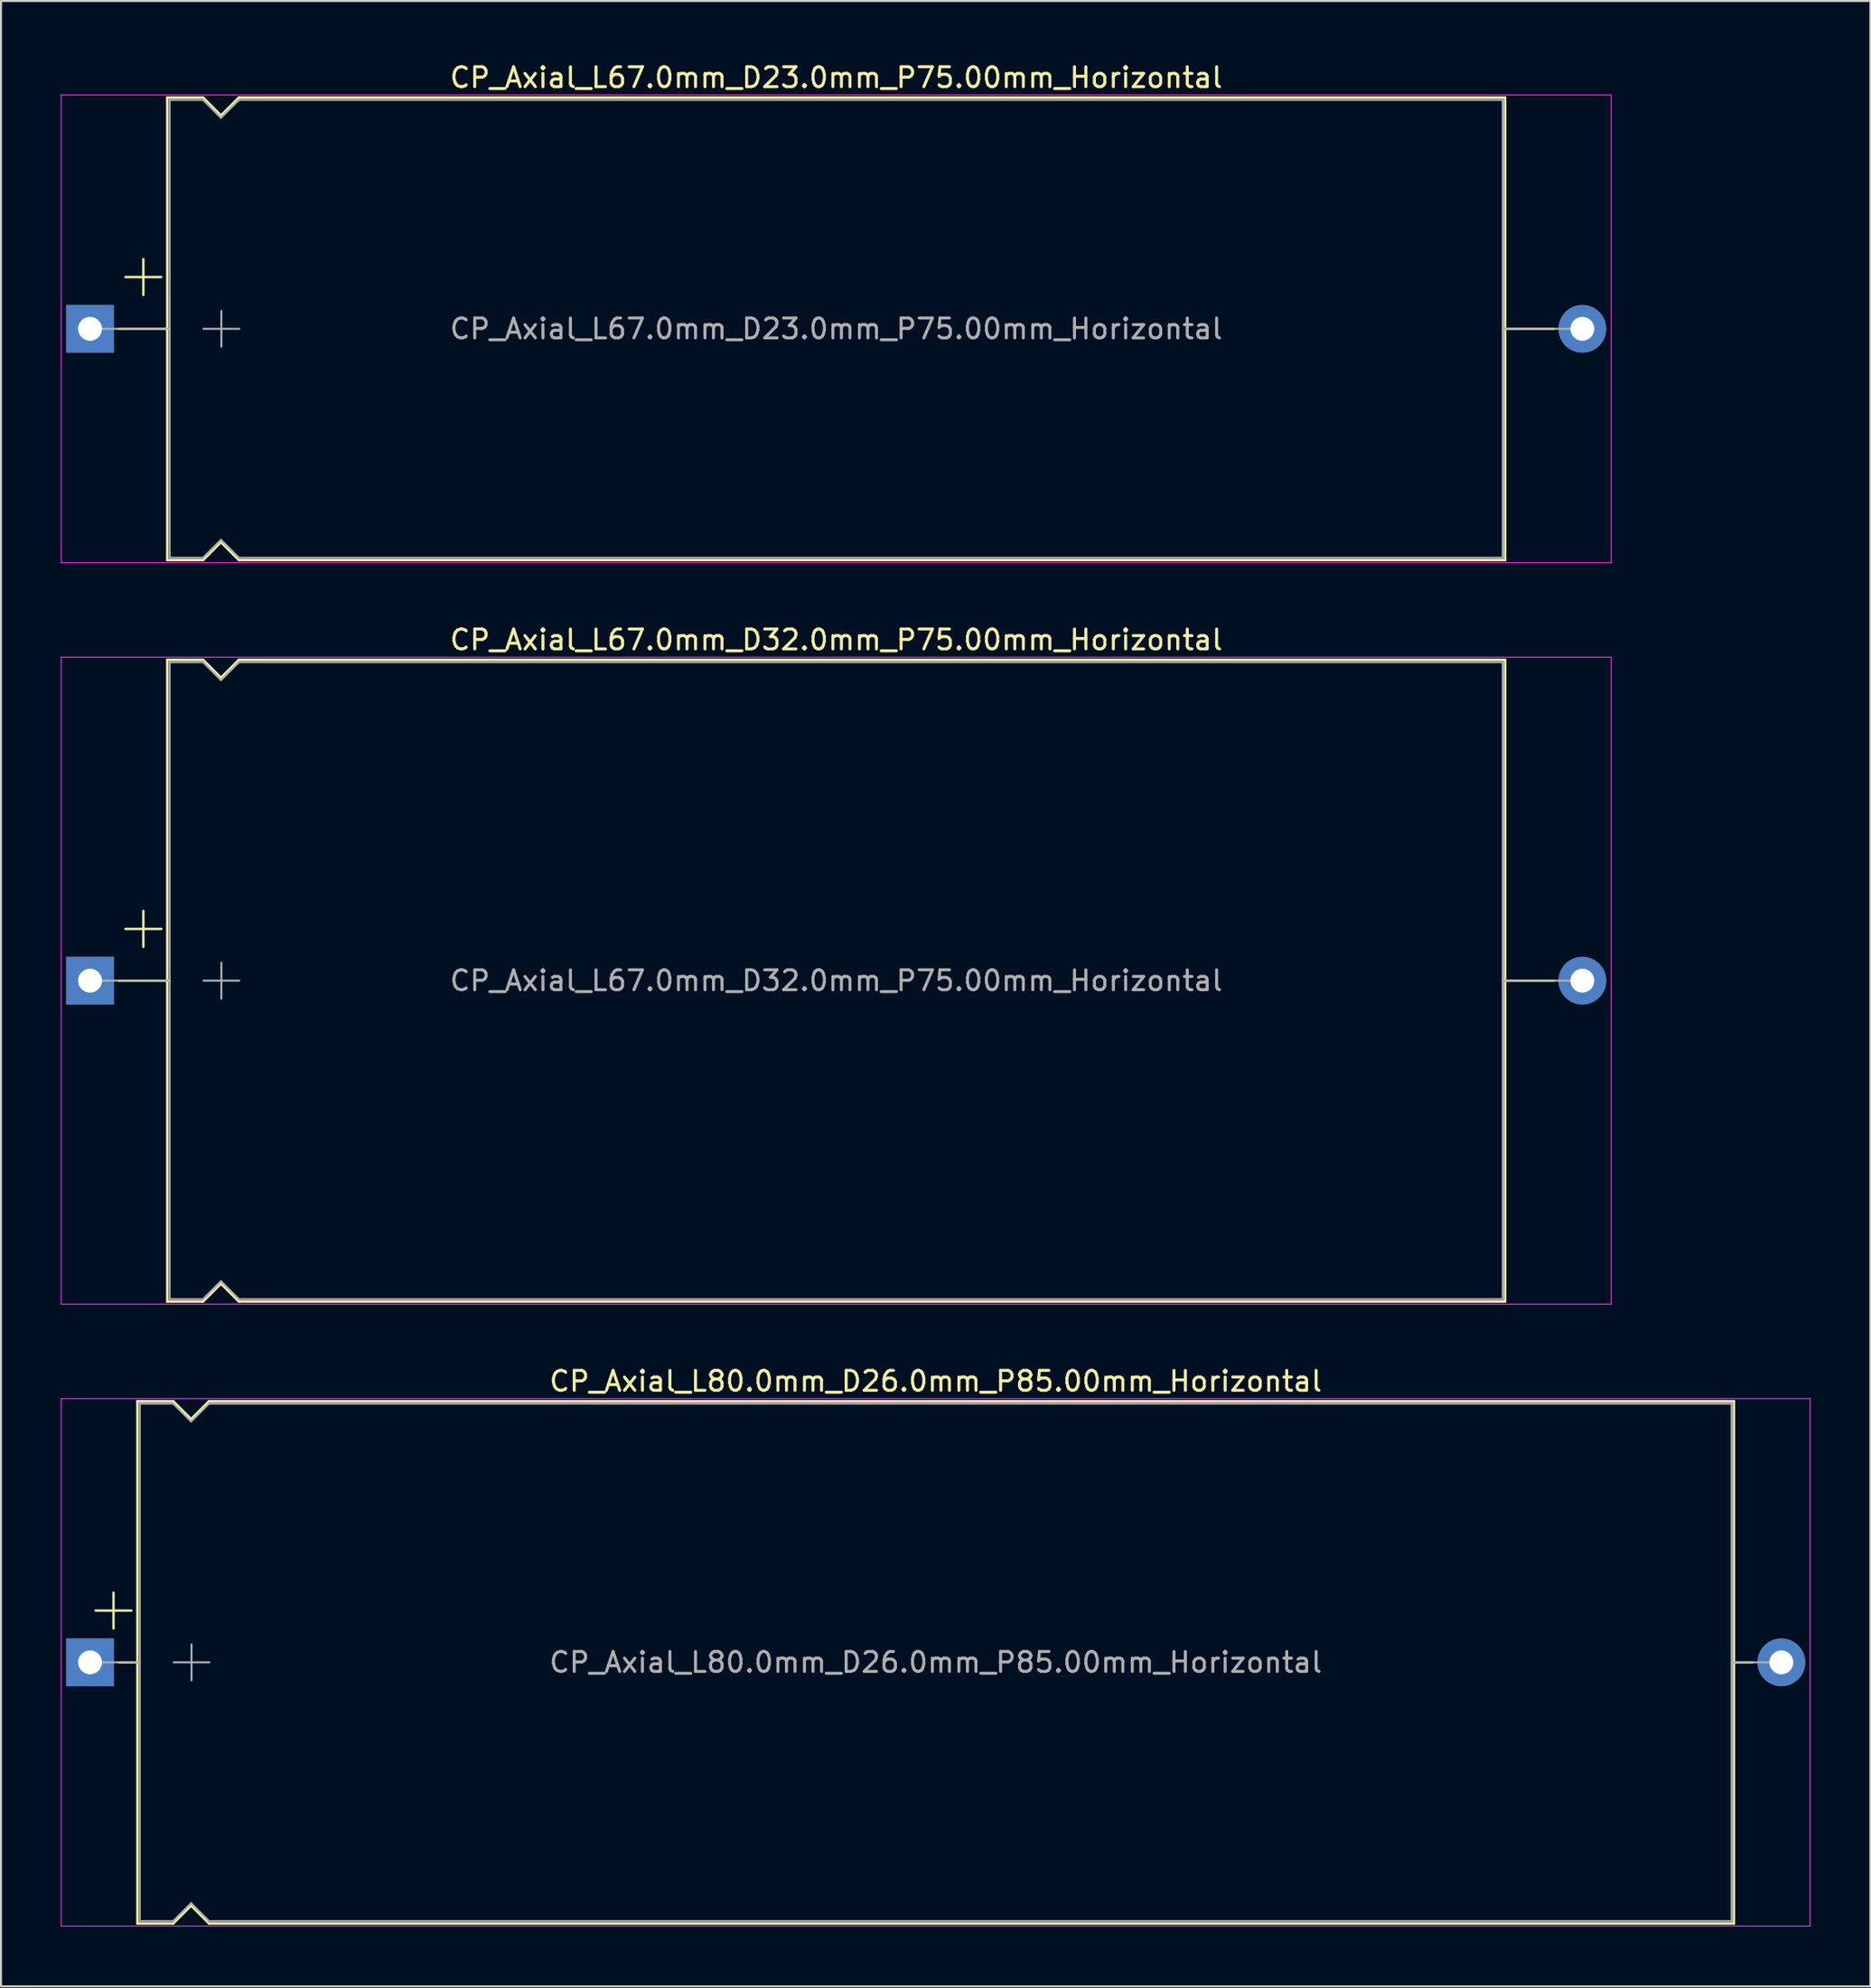
<source format=kicad_pcb>
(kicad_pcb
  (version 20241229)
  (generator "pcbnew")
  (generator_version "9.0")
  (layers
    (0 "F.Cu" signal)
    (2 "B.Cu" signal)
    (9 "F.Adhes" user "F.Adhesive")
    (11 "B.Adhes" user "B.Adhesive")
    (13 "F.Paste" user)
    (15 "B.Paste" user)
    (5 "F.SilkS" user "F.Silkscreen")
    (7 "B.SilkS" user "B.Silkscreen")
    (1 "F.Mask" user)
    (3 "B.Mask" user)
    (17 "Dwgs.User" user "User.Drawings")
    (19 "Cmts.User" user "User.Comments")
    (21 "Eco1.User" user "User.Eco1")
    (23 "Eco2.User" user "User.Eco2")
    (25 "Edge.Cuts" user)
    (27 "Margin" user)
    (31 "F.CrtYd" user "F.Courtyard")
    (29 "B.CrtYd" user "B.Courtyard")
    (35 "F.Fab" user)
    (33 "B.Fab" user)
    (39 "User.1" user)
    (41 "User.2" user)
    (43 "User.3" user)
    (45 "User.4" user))
  (footprint "CP_Axial_L67.0mm_D23.0mm_P75.00mm_Horizontal"
    (layer "F.Cu")
    (at 1.475 13.468)
    (property "Reference" "CP_Axial_L67.0mm_D23.0mm_P75.00mm_Horizontal" (at 37.5 -12.62 0) (layer "F.SilkS") (effects (font (size 1 1) (thickness 0.15))))
    (attr through_hole)
    (fp_line (start 1.44 0) (end 3.88 0) (stroke (width 0.12) (type solid)) (layer "F.SilkS"))
    (fp_line (start 1.78 -2.6) (end 3.58 -2.6) (stroke (width 0.12) (type solid)) (layer "F.SilkS"))
    (fp_line (start 2.68 -3.5) (end 2.68 -1.7) (stroke (width 0.12) (type solid)) (layer "F.SilkS"))
    (fp_line (start 3.88 -11.62) (end 3.88 11.62) (stroke (width 0.12) (type solid)) (layer "F.SilkS"))
    (fp_line (start 3.88 -11.62) (end 5.68 -11.62) (stroke (width 0.12) (type solid)) (layer "F.SilkS"))
    (fp_line (start 3.88 11.62) (end 5.68 11.62) (stroke (width 0.12) (type solid)) (layer "F.SilkS"))
    (fp_line (start 5.68 -11.62) (end 6.58 -10.72) (stroke (width 0.12) (type solid)) (layer "F.SilkS"))
    (fp_line (start 5.68 11.62) (end 6.58 10.72) (stroke (width 0.12) (type solid)) (layer "F.SilkS"))
    (fp_line (start 6.58 -10.72) (end 7.48 -11.62) (stroke (width 0.12) (type solid)) (layer "F.SilkS"))
    (fp_line (start 6.58 10.72) (end 7.48 11.62) (stroke (width 0.12) (type solid)) (layer "F.SilkS"))
    (fp_line (start 7.48 -11.62) (end 71.12 -11.62) (stroke (width 0.12) (type solid)) (layer "F.SilkS"))
    (fp_line (start 7.48 11.62) (end 71.12 11.62) (stroke (width 0.12) (type solid)) (layer "F.SilkS"))
    (fp_line (start 71.12 -11.62) (end 71.12 11.62) (stroke (width 0.12) (type solid)) (layer "F.SilkS"))
    (fp_line (start 73.56 0) (end 71.12 0) (stroke (width 0.12) (type solid)) (layer "F.SilkS"))
    (fp_line (start -1.45 -11.75) (end -1.45 11.75) (stroke (width 0.05) (type solid)) (layer "F.CrtYd"))
    (fp_line (start -1.45 11.75) (end 76.45 11.75) (stroke (width 0.05) (type solid)) (layer "F.CrtYd"))
    (fp_line (start 76.45 -11.75) (end -1.45 -11.75) (stroke (width 0.05) (type solid)) (layer "F.CrtYd"))
    (fp_line (start 76.45 11.75) (end 76.45 -11.75) (stroke (width 0.05) (type solid)) (layer "F.CrtYd"))
    (fp_line (start 0 0) (end 4 0) (stroke (width 0.1) (type solid)) (layer "F.Fab"))
    (fp_line (start 4 -11.5) (end 4 11.5) (stroke (width 0.1) (type solid)) (layer "F.Fab"))
    (fp_line (start 4 -11.5) (end 5.68 -11.5) (stroke (width 0.1) (type solid)) (layer "F.Fab"))
    (fp_line (start 4 11.5) (end 5.68 11.5) (stroke (width 0.1) (type solid)) (layer "F.Fab"))
    (fp_line (start 5.68 -11.5) (end 6.58 -10.6) (stroke (width 0.1) (type solid)) (layer "F.Fab"))
    (fp_line (start 5.68 11.5) (end 6.58 10.6) (stroke (width 0.1) (type solid)) (layer "F.Fab"))
    (fp_line (start 5.7 0) (end 7.5 0) (stroke (width 0.1) (type solid)) (layer "F.Fab"))
    (fp_line (start 6.58 -10.6) (end 7.48 -11.5) (stroke (width 0.1) (type solid)) (layer "F.Fab"))
    (fp_line (start 6.58 10.6) (end 7.48 11.5) (stroke (width 0.1) (type solid)) (layer "F.Fab"))
    (fp_line (start 6.6 -0.9) (end 6.6 0.9) (stroke (width 0.1) (type solid)) (layer "F.Fab"))
    (fp_line (start 7.48 -11.5) (end 71 -11.5) (stroke (width 0.1) (type solid)) (layer "F.Fab"))
    (fp_line (start 7.48 11.5) (end 71 11.5) (stroke (width 0.1) (type solid)) (layer "F.Fab"))
    (fp_line (start 71 -11.5) (end 71 11.5) (stroke (width 0.1) (type solid)) (layer "F.Fab"))
    (fp_line (start 75 0) (end 71 0) (stroke (width 0.1) (type solid)) (layer "F.Fab"))
    (fp_text user "${REFERENCE}" (at 37.5 0 0) (layer "F.Fab") (effects (font (size 1 1) (thickness 0.15))))
    (pad "1" thru_hole rect (at 0 0) (size 2.4 2.4) (drill 1.2) (layers "*.Cu" "*.Mask"))
    (pad "2" thru_hole oval (at 75 0) (size 2.4 2.4) (drill 1.2) (layers "*.Cu" "*.Mask")))
  (footprint "CP_Axial_L67.0mm_D32.0mm_P75.00mm_Horizontal"
    (layer "F.Cu")
    (at 1.475 46.212)
    (property "Reference" "CP_Axial_L67.0mm_D32.0mm_P75.00mm_Horizontal" (at 37.5 -17.12 0) (layer "F.SilkS") (effects (font (size 1 1) (thickness 0.15))))
    (attr through_hole)
    (fp_line (start 1.44 0) (end 3.88 0) (stroke (width 0.12) (type solid)) (layer "F.SilkS"))
    (fp_line (start 1.78 -2.6) (end 3.58 -2.6) (stroke (width 0.12) (type solid)) (layer "F.SilkS"))
    (fp_line (start 2.68 -3.5) (end 2.68 -1.7) (stroke (width 0.12) (type solid)) (layer "F.SilkS"))
    (fp_line (start 3.88 -16.12) (end 3.88 16.12) (stroke (width 0.12) (type solid)) (layer "F.SilkS"))
    (fp_line (start 3.88 -16.12) (end 5.68 -16.12) (stroke (width 0.12) (type solid)) (layer "F.SilkS"))
    (fp_line (start 3.88 16.12) (end 5.68 16.12) (stroke (width 0.12) (type solid)) (layer "F.SilkS"))
    (fp_line (start 5.68 -16.12) (end 6.58 -15.22) (stroke (width 0.12) (type solid)) (layer "F.SilkS"))
    (fp_line (start 5.68 16.12) (end 6.58 15.22) (stroke (width 0.12) (type solid)) (layer "F.SilkS"))
    (fp_line (start 6.58 -15.22) (end 7.48 -16.12) (stroke (width 0.12) (type solid)) (layer "F.SilkS"))
    (fp_line (start 6.58 15.22) (end 7.48 16.12) (stroke (width 0.12) (type solid)) (layer "F.SilkS"))
    (fp_line (start 7.48 -16.12) (end 71.12 -16.12) (stroke (width 0.12) (type solid)) (layer "F.SilkS"))
    (fp_line (start 7.48 16.12) (end 71.12 16.12) (stroke (width 0.12) (type solid)) (layer "F.SilkS"))
    (fp_line (start 71.12 -16.12) (end 71.12 16.12) (stroke (width 0.12) (type solid)) (layer "F.SilkS"))
    (fp_line (start 73.56 0) (end 71.12 0) (stroke (width 0.12) (type solid)) (layer "F.SilkS"))
    (fp_line (start -1.45 -16.25) (end -1.45 16.25) (stroke (width 0.05) (type solid)) (layer "F.CrtYd"))
    (fp_line (start -1.45 16.25) (end 76.45 16.25) (stroke (width 0.05) (type solid)) (layer "F.CrtYd"))
    (fp_line (start 76.45 -16.25) (end -1.45 -16.25) (stroke (width 0.05) (type solid)) (layer "F.CrtYd"))
    (fp_line (start 76.45 16.25) (end 76.45 -16.25) (stroke (width 0.05) (type solid)) (layer "F.CrtYd"))
    (fp_line (start 0 0) (end 4 0) (stroke (width 0.1) (type solid)) (layer "F.Fab"))
    (fp_line (start 4 -16) (end 4 16) (stroke (width 0.1) (type solid)) (layer "F.Fab"))
    (fp_line (start 4 -16) (end 5.68 -16) (stroke (width 0.1) (type solid)) (layer "F.Fab"))
    (fp_line (start 4 16) (end 5.68 16) (stroke (width 0.1) (type solid)) (layer "F.Fab"))
    (fp_line (start 5.68 -16) (end 6.58 -15.1) (stroke (width 0.1) (type solid)) (layer "F.Fab"))
    (fp_line (start 5.68 16) (end 6.58 15.1) (stroke (width 0.1) (type solid)) (layer "F.Fab"))
    (fp_line (start 5.7 0) (end 7.5 0) (stroke (width 0.1) (type solid)) (layer "F.Fab"))
    (fp_line (start 6.58 -15.1) (end 7.48 -16) (stroke (width 0.1) (type solid)) (layer "F.Fab"))
    (fp_line (start 6.58 15.1) (end 7.48 16) (stroke (width 0.1) (type solid)) (layer "F.Fab"))
    (fp_line (start 6.6 -0.9) (end 6.6 0.9) (stroke (width 0.1) (type solid)) (layer "F.Fab"))
    (fp_line (start 7.48 -16) (end 71 -16) (stroke (width 0.1) (type solid)) (layer "F.Fab"))
    (fp_line (start 7.48 16) (end 71 16) (stroke (width 0.1) (type solid)) (layer "F.Fab"))
    (fp_line (start 71 -16) (end 71 16) (stroke (width 0.1) (type solid)) (layer "F.Fab"))
    (fp_line (start 75 0) (end 71 0) (stroke (width 0.1) (type solid)) (layer "F.Fab"))
    (fp_text user "${REFERENCE}" (at 37.5 0 0) (layer "F.Fab") (effects (font (size 1 1) (thickness 0.15))))
    (pad "1" thru_hole rect (at 0 0) (size 2.4 2.4) (drill 1.2) (layers "*.Cu" "*.Mask"))
    (pad "2" thru_hole oval (at 75 0) (size 2.4 2.4) (drill 1.2) (layers "*.Cu" "*.Mask")))
  (footprint "CP_Axial_L80.0mm_D26.0mm_P85.00mm_Horizontal"
    (layer "F.Cu")
    (at 1.475 80.455)
    (property "Reference" "CP_Axial_L80.0mm_D26.0mm_P85.00mm_Horizontal" (at 42.5 -14.12 0) (layer "F.SilkS") (effects (font (size 1 1) (thickness 0.15))))
    (attr through_hole)
    (fp_line (start 0.28 -2.6) (end 2.08 -2.6) (stroke (width 0.12) (type solid)) (layer "F.SilkS"))
    (fp_line (start 1.18 -3.5) (end 1.18 -1.7) (stroke (width 0.12) (type solid)) (layer "F.SilkS"))
    (fp_line (start 1.44 0) (end 2.38 0) (stroke (width 0.12) (type solid)) (layer "F.SilkS"))
    (fp_line (start 2.38 -13.12) (end 2.38 13.12) (stroke (width 0.12) (type solid)) (layer "F.SilkS"))
    (fp_line (start 2.38 -13.12) (end 4.18 -13.12) (stroke (width 0.12) (type solid)) (layer "F.SilkS"))
    (fp_line (start 2.38 13.12) (end 4.18 13.12) (stroke (width 0.12) (type solid)) (layer "F.SilkS"))
    (fp_line (start 4.18 -13.12) (end 5.08 -12.22) (stroke (width 0.12) (type solid)) (layer "F.SilkS"))
    (fp_line (start 4.18 13.12) (end 5.08 12.22) (stroke (width 0.12) (type solid)) (layer "F.SilkS"))
    (fp_line (start 5.08 -12.22) (end 5.98 -13.12) (stroke (width 0.12) (type solid)) (layer "F.SilkS"))
    (fp_line (start 5.08 12.22) (end 5.98 13.12) (stroke (width 0.12) (type solid)) (layer "F.SilkS"))
    (fp_line (start 5.98 -13.12) (end 82.62 -13.12) (stroke (width 0.12) (type solid)) (layer "F.SilkS"))
    (fp_line (start 5.98 13.12) (end 82.62 13.12) (stroke (width 0.12) (type solid)) (layer "F.SilkS"))
    (fp_line (start 82.62 -13.12) (end 82.62 13.12) (stroke (width 0.12) (type solid)) (layer "F.SilkS"))
    (fp_line (start 83.56 0) (end 82.62 0) (stroke (width 0.12) (type solid)) (layer "F.SilkS"))
    (fp_line (start -1.45 -13.25) (end -1.45 13.25) (stroke (width 0.05) (type solid)) (layer "F.CrtYd"))
    (fp_line (start -1.45 13.25) (end 86.45 13.25) (stroke (width 0.05) (type solid)) (layer "F.CrtYd"))
    (fp_line (start 86.45 -13.25) (end -1.45 -13.25) (stroke (width 0.05) (type solid)) (layer "F.CrtYd"))
    (fp_line (start 86.45 13.25) (end 86.45 -13.25) (stroke (width 0.05) (type solid)) (layer "F.CrtYd"))
    (fp_line (start 0 0) (end 2.5 0) (stroke (width 0.1) (type solid)) (layer "F.Fab"))
    (fp_line (start 2.5 -13) (end 2.5 13) (stroke (width 0.1) (type solid)) (layer "F.Fab"))
    (fp_line (start 2.5 -13) (end 4.18 -13) (stroke (width 0.1) (type solid)) (layer "F.Fab"))
    (fp_line (start 2.5 13) (end 4.18 13) (stroke (width 0.1) (type solid)) (layer "F.Fab"))
    (fp_line (start 4.18 -13) (end 5.08 -12.1) (stroke (width 0.1) (type solid)) (layer "F.Fab"))
    (fp_line (start 4.18 13) (end 5.08 12.1) (stroke (width 0.1) (type solid)) (layer "F.Fab"))
    (fp_line (start 4.2 0) (end 6 0) (stroke (width 0.1) (type solid)) (layer "F.Fab"))
    (fp_line (start 5.08 -12.1) (end 5.98 -13) (stroke (width 0.1) (type solid)) (layer "F.Fab"))
    (fp_line (start 5.08 12.1) (end 5.98 13) (stroke (width 0.1) (type solid)) (layer "F.Fab"))
    (fp_line (start 5.1 -0.9) (end 5.1 0.9) (stroke (width 0.1) (type solid)) (layer "F.Fab"))
    (fp_line (start 5.98 -13) (end 82.5 -13) (stroke (width 0.1) (type solid)) (layer "F.Fab"))
    (fp_line (start 5.98 13) (end 82.5 13) (stroke (width 0.1) (type solid)) (layer "F.Fab"))
    (fp_line (start 82.5 -13) (end 82.5 13) (stroke (width 0.1) (type solid)) (layer "F.Fab"))
    (fp_line (start 85 0) (end 82.5 0) (stroke (width 0.1) (type solid)) (layer "F.Fab"))
    (fp_text user "${REFERENCE}" (at 42.5 0 0) (layer "F.Fab") (effects (font (size 1 1) (thickness 0.15))))
    (pad "1" thru_hole rect (at 0 0) (size 2.4 2.4) (drill 1.2) (layers "*.Cu" "*.Mask"))
    (pad "2" thru_hole oval (at 85 0) (size 2.4 2.4) (drill 1.2) (layers "*.Cu" "*.Mask")))
  (gr_rect
    (start -3 -3)
    (end 90.95 96.73)
    (stroke (width 0.1) (type default))
    (fill no)
    (layer "Edge.Cuts")))
</source>
